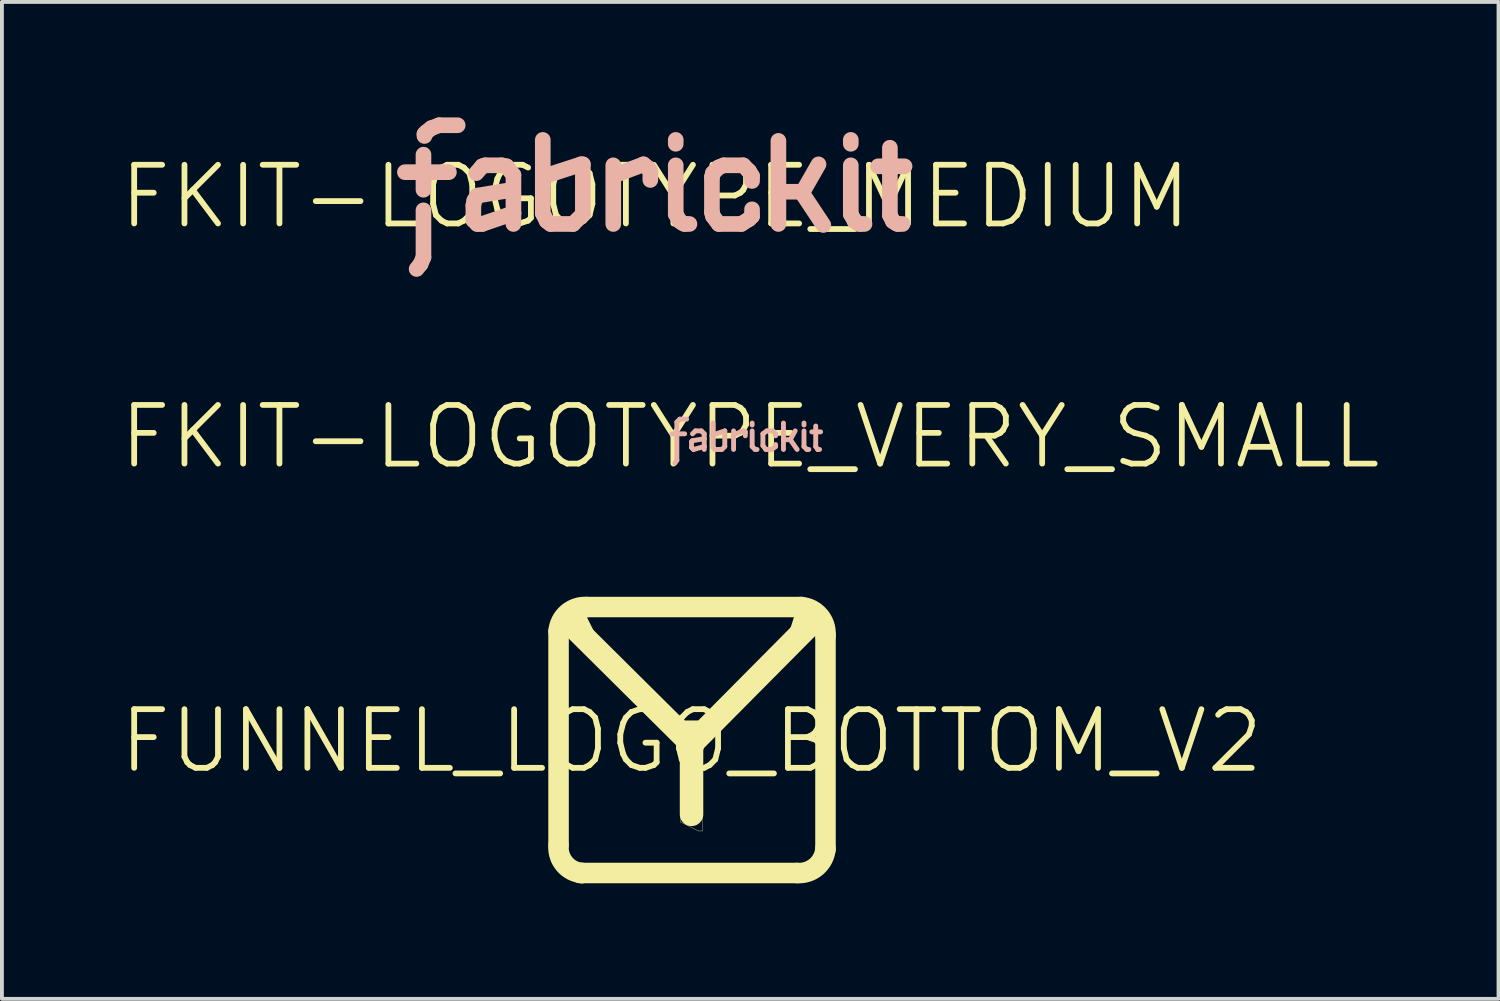
<source format=kicad_pcb>
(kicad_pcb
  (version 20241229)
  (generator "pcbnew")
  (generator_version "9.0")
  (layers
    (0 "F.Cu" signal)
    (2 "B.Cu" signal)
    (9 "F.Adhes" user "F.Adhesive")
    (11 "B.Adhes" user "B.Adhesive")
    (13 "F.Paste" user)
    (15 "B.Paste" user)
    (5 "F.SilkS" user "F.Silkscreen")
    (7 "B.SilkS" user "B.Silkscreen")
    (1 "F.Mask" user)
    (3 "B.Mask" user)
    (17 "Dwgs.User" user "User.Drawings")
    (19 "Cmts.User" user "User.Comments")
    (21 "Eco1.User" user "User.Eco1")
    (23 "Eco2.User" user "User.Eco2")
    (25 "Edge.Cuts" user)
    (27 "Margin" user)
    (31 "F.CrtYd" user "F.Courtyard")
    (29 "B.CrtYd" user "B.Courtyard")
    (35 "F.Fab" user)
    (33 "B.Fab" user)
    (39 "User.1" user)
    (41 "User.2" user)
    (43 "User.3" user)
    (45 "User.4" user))
  (footprint "FKIT-LOGOTYPE_MEDIUM"
    (layer "F.Cu")
    (at 13.97 2.057)
    (property "Reference" "FKIT-LOGOTYPE_MEDIUM" (at 0 0 0) (layer "F.SilkS") (effects (font (size 1.524 1.524) (thickness 0.15))))
    (attr exclude_from_pos_files exclude_from_bom)
    (fp_line (start -6.502 -0.635) (end -5.359 -0.635) (stroke (width 0.406) (type solid)) (layer "B.SilkS"))
    (fp_line (start -6.096 1.753) (end -6.198 1.88) (stroke (width 0.406) (type solid)) (layer "B.SilkS"))
    (fp_line (start -6.02 -1.09) (end -6.02 -0.178) (stroke (width 0.406) (type solid)) (layer "B.SilkS"))
    (fp_line (start -6.02 0.356) (end -6.02 1.575) (stroke (width 0.406) (type solid)) (layer "B.SilkS"))
    (fp_line (start -6.02 1.575) (end -6.096 1.753) (stroke (width 0.406) (type solid)) (layer "B.SilkS"))
    (fp_line (start -5.994 -1.626) (end -5.994 -1.575) (stroke (width 0.406) (type solid)) (layer "B.SilkS"))
    (fp_line (start -5.944 -1.676) (end -5.994 -1.626) (stroke (width 0.406) (type solid)) (layer "B.SilkS"))
    (fp_line (start -5.817 -1.778) (end -5.944 -1.676) (stroke (width 0.406) (type solid)) (layer "B.SilkS"))
    (fp_line (start -5.613 -1.854) (end -5.817 -1.778) (stroke (width 0.406) (type solid)) (layer "B.SilkS"))
    (fp_line (start -5.131 -1.854) (end -5.613 -1.854) (stroke (width 0.406) (type solid)) (layer "B.SilkS"))
    (fp_line (start -4.724 0.229) (end -4.724 0.61) (stroke (width 0.406) (type solid)) (layer "B.SilkS"))
    (fp_line (start -4.724 0.61) (end -4.623 0.711) (stroke (width 0.406) (type solid)) (layer "B.SilkS"))
    (fp_line (start -4.699 0.102) (end -4.724 0.229) (stroke (width 0.406) (type solid)) (layer "B.SilkS"))
    (fp_line (start -4.648 -0.61) (end -4.496 -0.787) (stroke (width 0.406) (type solid)) (layer "B.SilkS"))
    (fp_line (start -4.623 -0.025) (end -4.699 0.102) (stroke (width 0.406) (type solid)) (layer "B.SilkS"))
    (fp_line (start -4.623 0.711) (end -4.496 0.711) (stroke (width 0.406) (type solid)) (layer "B.SilkS"))
    (fp_line (start -4.496 -0.787) (end -4.417 -0.813) (stroke (width 0.406) (type solid)) (layer "B.SilkS"))
    (fp_line (start -4.496 0.711) (end -3.683 0.432) (stroke (width 0.406) (type solid)) (layer "B.SilkS"))
    (fp_line (start -4.417 -0.813) (end -3.988 -0.813) (stroke (width 0.406) (type solid)) (layer "B.SilkS"))
    (fp_line (start -3.988 -0.813) (end -3.861 -0.787) (stroke (width 0.406) (type solid)) (layer "B.SilkS"))
    (fp_line (start -3.861 -0.787) (end -3.683 -0.559) (stroke (width 0.406) (type solid)) (layer "B.SilkS"))
    (fp_line (start -3.708 -0.178) (end -4.623 -0.025) (stroke (width 0.406) (type solid)) (layer "B.SilkS"))
    (fp_line (start -3.683 -0.559) (end -3.683 0.432) (stroke (width 0.406) (type solid)) (layer "B.SilkS"))
    (fp_line (start -3.683 0.432) (end -3.683 0.711) (stroke (width 0.406) (type solid)) (layer "B.SilkS"))
    (fp_line (start -2.921 -1.473) (end -2.921 0.432) (stroke (width 0.406) (type solid)) (layer "B.SilkS"))
    (fp_line (start -2.921 0.432) (end -2.819 0.635) (stroke (width 0.406) (type solid)) (layer "B.SilkS"))
    (fp_line (start -2.819 0.635) (end -2.718 0.711) (stroke (width 0.406) (type solid)) (layer "B.SilkS"))
    (fp_line (start -2.718 0.711) (end -2.134 0.711) (stroke (width 0.406) (type solid)) (layer "B.SilkS"))
    (fp_line (start -2.134 0.711) (end -1.88 0.457) (stroke (width 0.406) (type solid)) (layer "B.SilkS"))
    (fp_line (start -1.93 -0.838) (end -2.87 -0.533) (stroke (width 0.406) (type solid)) (layer "B.SilkS"))
    (fp_line (start -1.88 -0.838) (end -1.93 -0.838) (stroke (width 0.406) (type solid)) (layer "B.SilkS"))
    (fp_line (start -1.88 0.457) (end -1.88 -0.838) (stroke (width 0.406) (type solid)) (layer "B.SilkS"))
    (fp_line (start -1.09 -0.813) (end -1.09 0.711) (stroke (width 0.406) (type solid)) (layer "B.SilkS"))
    (fp_line (start -1.041 -0.559) (end -0.305 -0.838) (stroke (width 0.406) (type solid)) (layer "B.SilkS"))
    (fp_line (start -0.305 -0.838) (end -0.178 -0.737) (stroke (width 0.406) (type solid)) (layer "B.SilkS"))
    (fp_line (start -0.178 -0.737) (end -0.127 -0.66) (stroke (width 0.406) (type solid)) (layer "B.SilkS"))
    (fp_line (start -0.127 -0.66) (end -0.127 -0.432) (stroke (width 0.406) (type solid)) (layer "B.SilkS"))
    (fp_line (start 0.533 -1.473) (end 0.533 -1.372) (stroke (width 0.406) (type solid)) (layer "B.SilkS"))
    (fp_line (start 0.533 -0.813) (end 0.533 0.457) (stroke (width 0.406) (type solid)) (layer "B.SilkS"))
    (fp_line (start 0.533 0.457) (end 0.635 0.635) (stroke (width 0.406) (type solid)) (layer "B.SilkS"))
    (fp_line (start 0.635 0.635) (end 0.711 0.686) (stroke (width 0.406) (type solid)) (layer "B.SilkS"))
    (fp_line (start 0.711 0.686) (end 0.762 0.711) (stroke (width 0.406) (type solid)) (layer "B.SilkS"))
    (fp_line (start 0.762 0.711) (end 0.889 0.711) (stroke (width 0.406) (type solid)) (layer "B.SilkS"))
    (fp_line (start 1.473 -0.508) (end 1.473 0.406) (stroke (width 0.406) (type solid)) (layer "B.SilkS"))
    (fp_line (start 1.473 0.406) (end 1.499 0.508) (stroke (width 0.406) (type solid)) (layer "B.SilkS"))
    (fp_line (start 1.499 -0.61) (end 1.473 -0.508) (stroke (width 0.406) (type solid)) (layer "B.SilkS"))
    (fp_line (start 1.499 0.508) (end 1.651 0.711) (stroke (width 0.406) (type solid)) (layer "B.SilkS"))
    (fp_line (start 1.651 -0.762) (end 1.499 -0.61) (stroke (width 0.406) (type solid)) (layer "B.SilkS"))
    (fp_line (start 1.651 0.711) (end 2.235 0.711) (stroke (width 0.406) (type solid)) (layer "B.SilkS"))
    (fp_line (start 1.778 -0.813) (end 1.651 -0.762) (stroke (width 0.406) (type solid)) (layer "B.SilkS"))
    (fp_line (start 2.235 0.711) (end 2.438 0.584) (stroke (width 0.406) (type solid)) (layer "B.SilkS"))
    (fp_line (start 2.286 -0.813) (end 1.778 -0.813) (stroke (width 0.406) (type solid)) (layer "B.SilkS"))
    (fp_line (start 2.438 -0.66) (end 2.286 -0.813) (stroke (width 0.406) (type solid)) (layer "B.SilkS"))
    (fp_line (start 2.438 0.584) (end 2.515 0.508) (stroke (width 0.406) (type solid)) (layer "B.SilkS"))
    (fp_line (start 2.515 -0.533) (end 2.438 -0.66) (stroke (width 0.406) (type solid)) (layer "B.SilkS"))
    (fp_line (start 2.515 -0.406) (end 2.515 -0.533) (stroke (width 0.406) (type solid)) (layer "B.SilkS"))
    (fp_line (start 2.515 0.508) (end 2.515 0.33) (stroke (width 0.406) (type solid)) (layer "B.SilkS"))
    (fp_line (start 3.2 -1.448) (end 3.2 0.711) (stroke (width 0.406) (type solid)) (layer "B.SilkS"))
    (fp_line (start 3.226 -0.127) (end 3.835 -0.127) (stroke (width 0.406) (type solid)) (layer "B.SilkS"))
    (fp_line (start 3.835 -0.127) (end 4.242 -0.838) (stroke (width 0.406) (type solid)) (layer "B.SilkS"))
    (fp_line (start 4.366 0.737) (end 3.81 -0.102) (stroke (width 0.406) (type solid)) (layer "B.SilkS"))
    (fp_line (start 5.08 -1.473) (end 5.08 -1.372) (stroke (width 0.406) (type solid)) (layer "B.SilkS"))
    (fp_line (start 5.08 -0.813) (end 5.08 0.457) (stroke (width 0.406) (type solid)) (layer "B.SilkS"))
    (fp_line (start 5.08 0.457) (end 5.179 0.635) (stroke (width 0.406) (type solid)) (layer "B.SilkS"))
    (fp_line (start 5.179 0.635) (end 5.258 0.686) (stroke (width 0.406) (type solid)) (layer "B.SilkS"))
    (fp_line (start 5.258 0.686) (end 5.309 0.711) (stroke (width 0.406) (type solid)) (layer "B.SilkS"))
    (fp_line (start 5.309 0.711) (end 5.436 0.711) (stroke (width 0.406) (type solid)) (layer "B.SilkS"))
    (fp_line (start 5.791 -0.787) (end 6.477 -0.787) (stroke (width 0.406) (type solid)) (layer "B.SilkS"))
    (fp_line (start 6.096 -1.27) (end 6.096 0.483) (stroke (width 0.406) (type solid)) (layer "B.SilkS"))
    (fp_line (start 6.096 0.483) (end 6.172 0.635) (stroke (width 0.406) (type solid)) (layer "B.SilkS"))
    (fp_line (start 6.172 0.635) (end 6.248 0.686) (stroke (width 0.406) (type solid)) (layer "B.SilkS"))
    (fp_line (start 6.248 0.686) (end 6.299 0.711) (stroke (width 0.406) (type solid)) (layer "B.SilkS"))
    (fp_line (start 6.299 0.711) (end 6.426 0.711) (stroke (width 0.406) (type solid)) (layer "B.SilkS")))
  (footprint "FUNNEL_LOGO_BOTTOM_V2"
    (layer "F.Cu")
    (at 14.913 16.198)
    (property "Reference" "FUNNEL_LOGO_BOTTOM_V2" (at 0 0 0) (layer "F.SilkS") (effects (font (size 1.524 1.524) (thickness 0.15))))
    (attr exclude_from_pos_files exclude_from_bom)
    (fp_line (start -3.454 -2.845) (end -3.454 2.692) (stroke (width 0.533) (type solid)) (layer "F.SilkS"))
    (fp_line (start -2.845 3.429) (end -2.896 3.429) (stroke (width 0.533) (type solid)) (layer "F.SilkS"))
    (fp_line (start -2.769 -2.692) (end -3.073 -3.302) (stroke (width 0.559) (type solid)) (layer "F.SilkS"))
    (fp_line (start -0.292 1.925) (end 0.29 1.93) (stroke (width 0.008) (type solid)) (layer "F.SilkS"))
    (fp_line (start -0.292 2.103) (end -0.292 1.925) (stroke (width 0.008) (type solid)) (layer "F.SilkS"))
    (fp_line (start 0 -0.152) (end 0 1.905) (stroke (width 0.61) (type solid)) (layer "F.SilkS"))
    (fp_line (start 0 0.076) (end 3.251 -3.2) (stroke (width 0.61) (type solid)) (layer "F.SilkS"))
    (fp_line (start 0.025 0.102) (end -3.251 -3.15) (stroke (width 0.61) (type solid)) (layer "F.SilkS"))
    (fp_line (start 0.127 -0.229) (end -0.178 -0.229) (stroke (width 0.61) (type solid)) (layer "F.SilkS"))
    (fp_line (start 0.178 2.337) (end -0.292 2.103) (stroke (width 0.008) (type solid)) (layer "F.SilkS"))
    (fp_line (start 0.29 1.93) (end 0.29 2.337) (stroke (width 0.008) (type solid)) (layer "F.SilkS"))
    (fp_line (start 0.29 2.337) (end 0.178 2.337) (stroke (width 0.008) (type solid)) (layer "F.SilkS"))
    (fp_line (start 2.743 3.429) (end -2.845 3.429) (stroke (width 0.533) (type solid)) (layer "F.SilkS"))
    (fp_line (start 2.819 -2.794) (end 2.997 -3.353) (stroke (width 0.559) (type solid)) (layer "F.SilkS"))
    (fp_line (start 2.845 -3.48) (end -2.692 -3.48) (stroke (width 0.533) (type solid)) (layer "F.SilkS"))
    (fp_line (start 3.48 -2.743) (end 3.48 2.819) (stroke (width 0.533) (type solid)) (layer "F.SilkS"))
    (fp_arc (start -3.4544 -2.8448) (mid -3.217613 -3.314855) (end -2.7178 -3.4798) (stroke (width 0.5334) (type solid)) (layer "F.SilkS"))
    (fp_arc (start -2.8448 3.429) (mid -3.296894 3.199652) (end -3.4544 2.7178) (stroke (width 0.5334) (type solid)) (layer "F.SilkS"))
    (fp_arc (start 2.8448 -3.4798) (mid 3.314855 -3.243013) (end 3.4798 -2.7432) (stroke (width 0.5334) (type solid)) (layer "F.SilkS"))
    (fp_arc (start 3.4798 2.794) (mid 3.243013 3.264055) (end 2.7432 3.429) (stroke (width 0.5334) (type solid)) (layer "F.SilkS")))
  (footprint "FKIT-LOGOTYPE_VERY_SMALL"
    (layer "F.Cu")
    (at 16.437 8.295)
    (property "Reference" "FKIT-LOGOTYPE_VERY_SMALL" (at 0 0 0) (layer "F.SilkS") (effects (font (size 1.524 1.524) (thickness 0.15))))
    (attr exclude_from_pos_files exclude_from_bom)
    (fp_line (start -2.032 -0.076) (end -1.702 -0.076) (stroke (width 0.127) (type solid)) (layer "B.SilkS"))
    (fp_line (start -1.956 0.686) (end -1.905 0.61) (stroke (width 0.127) (type solid)) (layer "B.SilkS"))
    (fp_line (start -1.905 -0.381) (end -1.829 -0.457) (stroke (width 0.127) (type solid)) (layer "B.SilkS"))
    (fp_line (start -1.905 0.61) (end -1.905 -0.381) (stroke (width 0.127) (type solid)) (layer "B.SilkS"))
    (fp_line (start -1.829 -0.457) (end -1.651 -0.457) (stroke (width 0.127) (type solid)) (layer "B.SilkS"))
    (fp_line (start -1.524 0.127) (end -1.524 0.279) (stroke (width 0.127) (type solid)) (layer "B.SilkS"))
    (fp_line (start -1.524 0.279) (end -1.473 0.33) (stroke (width 0.127) (type solid)) (layer "B.SilkS"))
    (fp_line (start -1.499 -0.076) (end -1.422 -0.152) (stroke (width 0.127) (type solid)) (layer "B.SilkS"))
    (fp_line (start -1.499 0.102) (end -1.524 0.127) (stroke (width 0.127) (type solid)) (layer "B.SilkS"))
    (fp_line (start -1.473 0.33) (end -1.194 0.254) (stroke (width 0.127) (type solid)) (layer "B.SilkS"))
    (fp_line (start -1.422 -0.152) (end -1.27 -0.152) (stroke (width 0.127) (type solid)) (layer "B.SilkS"))
    (fp_line (start -1.27 -0.152) (end -1.194 -0.076) (stroke (width 0.127) (type solid)) (layer "B.SilkS"))
    (fp_line (start -1.194 -0.076) (end -1.194 0.051) (stroke (width 0.127) (type solid)) (layer "B.SilkS"))
    (fp_line (start -1.194 0.051) (end -1.499 0.102) (stroke (width 0.127) (type solid)) (layer "B.SilkS"))
    (fp_line (start -1.194 0.051) (end -1.194 0.254) (stroke (width 0.127) (type solid)) (layer "B.SilkS"))
    (fp_line (start -1.194 0.254) (end -1.194 0.33) (stroke (width 0.127) (type solid)) (layer "B.SilkS"))
    (fp_line (start -0.965 -0.356) (end -0.965 -0.051) (stroke (width 0.127) (type solid)) (layer "B.SilkS"))
    (fp_line (start -0.965 -0.051) (end -0.965 0.279) (stroke (width 0.127) (type solid)) (layer "B.SilkS"))
    (fp_line (start -0.965 0.279) (end -0.914 0.33) (stroke (width 0.127) (type solid)) (layer "B.SilkS"))
    (fp_line (start -0.914 0.33) (end -0.737 0.33) (stroke (width 0.127) (type solid)) (layer "B.SilkS"))
    (fp_line (start -0.737 0.33) (end -0.66 0.254) (stroke (width 0.127) (type solid)) (layer "B.SilkS"))
    (fp_line (start -0.66 -0.152) (end -0.965 -0.051) (stroke (width 0.127) (type solid)) (layer "B.SilkS"))
    (fp_line (start -0.66 0.254) (end -0.66 -0.152) (stroke (width 0.127) (type solid)) (layer "B.SilkS"))
    (fp_line (start -0.432 -0.152) (end -0.432 -0.051) (stroke (width 0.127) (type solid)) (layer "B.SilkS"))
    (fp_line (start -0.432 -0.051) (end -0.432 0.33) (stroke (width 0.127) (type solid)) (layer "B.SilkS"))
    (fp_line (start -0.432 -0.051) (end -0.178 -0.152) (stroke (width 0.127) (type solid)) (layer "B.SilkS"))
    (fp_line (start -0.178 -0.152) (end -0.127 -0.127) (stroke (width 0.127) (type solid)) (layer "B.SilkS"))
    (fp_line (start -0.127 -0.127) (end -0.127 -0.025) (stroke (width 0.127) (type solid)) (layer "B.SilkS"))
    (fp_line (start 0.051 -0.356) (end 0.051 -0.305) (stroke (width 0.127) (type solid)) (layer "B.SilkS"))
    (fp_line (start 0.051 -0.152) (end 0.051 0.254) (stroke (width 0.127) (type solid)) (layer "B.SilkS"))
    (fp_line (start 0.051 0.254) (end 0.127 0.33) (stroke (width 0.127) (type solid)) (layer "B.SilkS"))
    (fp_line (start 0.127 0.33) (end 0.178 0.33) (stroke (width 0.127) (type solid)) (layer "B.SilkS"))
    (fp_line (start 0.33 -0.076) (end 0.33 0.229) (stroke (width 0.127) (type solid)) (layer "B.SilkS"))
    (fp_line (start 0.33 0.229) (end 0.406 0.33) (stroke (width 0.127) (type solid)) (layer "B.SilkS"))
    (fp_line (start 0.406 0.33) (end 0.559 0.33) (stroke (width 0.127) (type solid)) (layer "B.SilkS"))
    (fp_line (start 0.432 -0.152) (end 0.33 -0.076) (stroke (width 0.127) (type solid)) (layer "B.SilkS"))
    (fp_line (start 0.559 0.33) (end 0.66 0.254) (stroke (width 0.127) (type solid)) (layer "B.SilkS"))
    (fp_line (start 0.584 -0.152) (end 0.432 -0.152) (stroke (width 0.127) (type solid)) (layer "B.SilkS"))
    (fp_line (start 0.66 -0.076) (end 0.584 -0.152) (stroke (width 0.127) (type solid)) (layer "B.SilkS"))
    (fp_line (start 0.66 -0.025) (end 0.66 -0.076) (stroke (width 0.127) (type solid)) (layer "B.SilkS"))
    (fp_line (start 0.66 0.254) (end 0.66 0.203) (stroke (width 0.127) (type solid)) (layer "B.SilkS"))
    (fp_line (start 0.864 -0.356) (end 0.864 0.076) (stroke (width 0.127) (type solid)) (layer "B.SilkS"))
    (fp_line (start 0.864 0.076) (end 0.864 0.33) (stroke (width 0.127) (type solid)) (layer "B.SilkS"))
    (fp_line (start 0.864 0.076) (end 1.041 0.076) (stroke (width 0.127) (type solid)) (layer "B.SilkS"))
    (fp_line (start 1.041 0.076) (end 1.219 0.33) (stroke (width 0.127) (type solid)) (layer "B.SilkS"))
    (fp_line (start 1.168 -0.152) (end 1.041 0.076) (stroke (width 0.127) (type solid)) (layer "B.SilkS"))
    (fp_line (start 1.397 -0.356) (end 1.397 -0.305) (stroke (width 0.127) (type solid)) (layer "B.SilkS"))
    (fp_line (start 1.397 -0.152) (end 1.397 0.254) (stroke (width 0.127) (type solid)) (layer "B.SilkS"))
    (fp_line (start 1.397 0.254) (end 1.473 0.33) (stroke (width 0.127) (type solid)) (layer "B.SilkS"))
    (fp_line (start 1.473 0.33) (end 1.524 0.33) (stroke (width 0.127) (type solid)) (layer "B.SilkS"))
    (fp_line (start 1.6 -0.127) (end 1.829 -0.127) (stroke (width 0.127) (type solid)) (layer "B.SilkS"))
    (fp_line (start 1.702 -0.279) (end 1.702 0.254) (stroke (width 0.127) (type solid)) (layer "B.SilkS"))
    (fp_line (start 1.702 0.254) (end 1.753 0.33) (stroke (width 0.127) (type solid)) (layer "B.SilkS"))
    (fp_line (start 1.753 0.33) (end 1.801 0.33) (stroke (width 0.127) (type solid)) (layer "B.SilkS")))
  (gr_rect
    (start -3 -3)
    (end 35.875 22.896)
    (stroke (width 0.1) (type default))
    (fill no)
    (layer "Edge.Cuts")))
</source>
